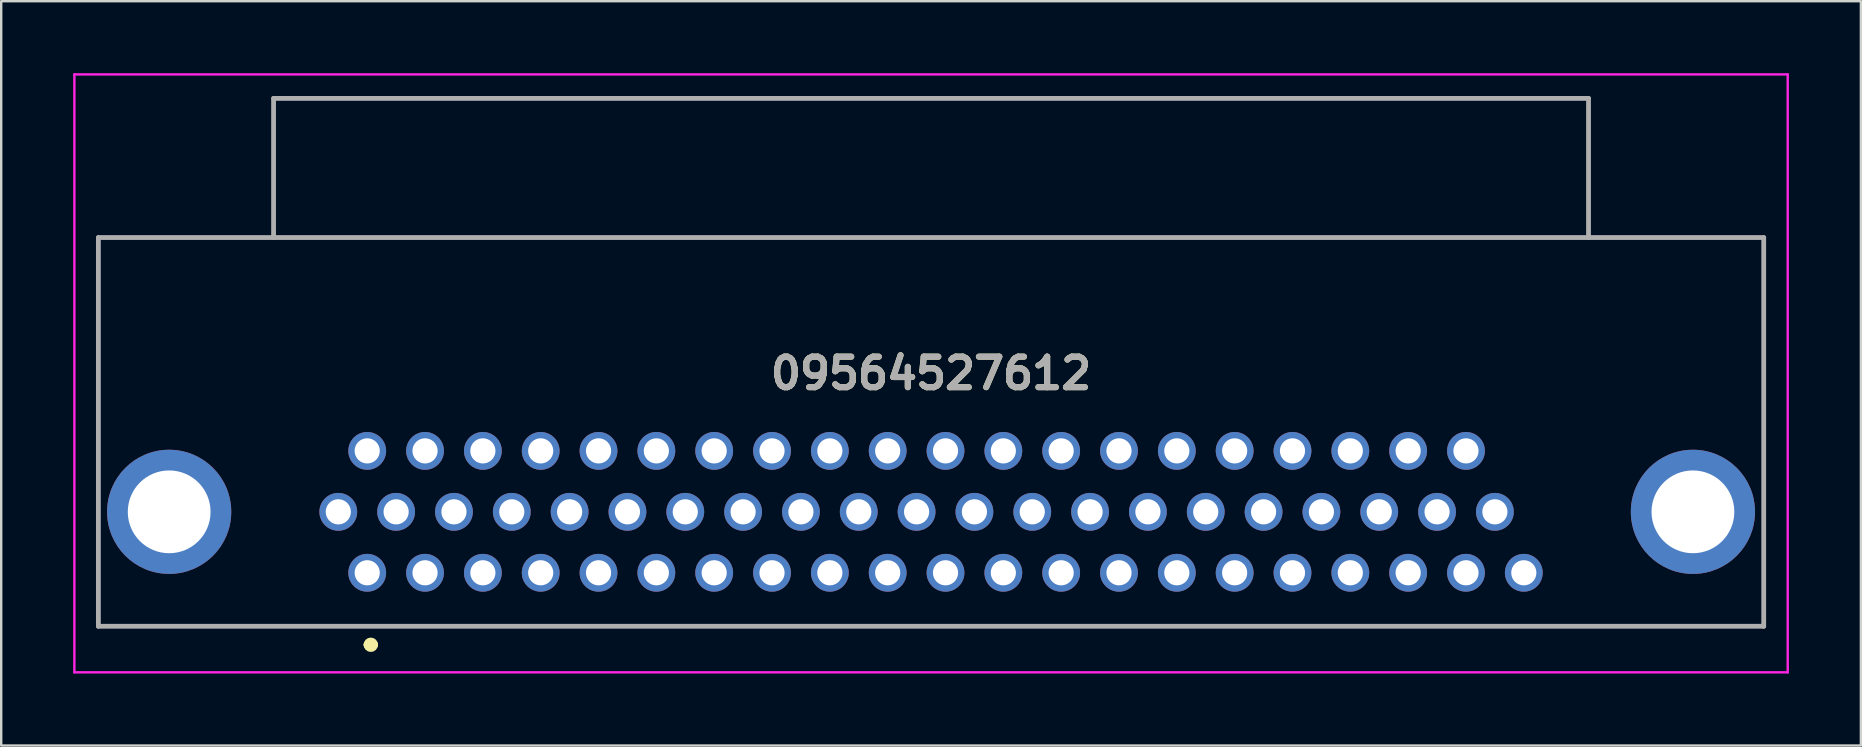
<source format=kicad_pcb>
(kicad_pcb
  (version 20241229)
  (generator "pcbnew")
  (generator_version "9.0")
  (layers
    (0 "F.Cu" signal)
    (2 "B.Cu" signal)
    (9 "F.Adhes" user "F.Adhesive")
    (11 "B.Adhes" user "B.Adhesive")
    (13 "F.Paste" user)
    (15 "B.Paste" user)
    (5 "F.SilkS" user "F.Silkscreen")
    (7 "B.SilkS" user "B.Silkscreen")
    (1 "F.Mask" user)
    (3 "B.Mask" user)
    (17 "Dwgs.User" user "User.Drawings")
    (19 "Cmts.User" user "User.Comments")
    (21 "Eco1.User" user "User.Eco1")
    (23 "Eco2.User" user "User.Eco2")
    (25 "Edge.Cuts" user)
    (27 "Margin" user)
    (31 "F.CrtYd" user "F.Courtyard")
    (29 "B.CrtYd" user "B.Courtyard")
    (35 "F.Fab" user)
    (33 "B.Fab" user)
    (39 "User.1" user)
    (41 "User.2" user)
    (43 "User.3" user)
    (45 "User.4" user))
  (footprint "09564527612"
    (layer "F.Cu")
    (at 12.253 20.82)
    (property "Reference" "09564527612" (at 23.497 -8.31 0) (layer "F.SilkS") (effects (font (size 1.27 1.27) (thickness 0.254))))
    (attr through_hole)
    (fp_line (start -11.203 -13.97) (end 58.198 -13.97) (stroke (width 0.1) (type solid)) (layer "F.SilkS"))
    (fp_line (start -11.203 2.23) (end -11.203 -13.97) (stroke (width 0.1) (type solid)) (layer "F.SilkS"))
    (fp_line (start -3.902 -19.77) (end 50.897 -19.77) (stroke (width 0.1) (type solid)) (layer "F.SilkS"))
    (fp_line (start -3.902 -13.97) (end -3.902 -19.77) (stroke (width 0.1) (type solid)) (layer "F.SilkS"))
    (fp_line (start 0 3) (end 0 3) (stroke (width 0.3) (type solid)) (layer "F.SilkS"))
    (fp_line (start 0.3 3) (end 0.3 3) (stroke (width 0.3) (type solid)) (layer "F.SilkS"))
    (fp_line (start 50.897 -19.77) (end 50.897 -13.97) (stroke (width 0.1) (type solid)) (layer "F.SilkS"))
    (fp_line (start 58.198 -13.97) (end 58.198 2.23) (stroke (width 0.1) (type solid)) (layer "F.SilkS"))
    (fp_line (start 58.198 2.23) (end -11.203 2.23) (stroke (width 0.1) (type solid)) (layer "F.SilkS"))
    (fp_arc (start 0 3) (mid 0.15 2.85) (end 0.3 3) (stroke (width 0.3) (type solid)) (layer "F.SilkS"))
    (fp_arc (start 0.3 3) (mid 0.15 3.15) (end 0 3) (stroke (width 0.3) (type solid)) (layer "F.SilkS"))
    (fp_line (start -12.203 -20.77) (end 59.198 -20.77) (stroke (width 0.1) (type solid)) (layer "F.CrtYd"))
    (fp_line (start -12.203 4.15) (end -12.203 -20.77) (stroke (width 0.1) (type solid)) (layer "F.CrtYd"))
    (fp_line (start 59.198 -20.77) (end 59.198 4.15) (stroke (width 0.1) (type solid)) (layer "F.CrtYd"))
    (fp_line (start 59.198 4.15) (end -12.203 4.15) (stroke (width 0.1) (type solid)) (layer "F.CrtYd"))
    (fp_line (start -11.203 -13.97) (end 58.198 -13.97) (stroke (width 0.2) (type solid)) (layer "F.Fab"))
    (fp_line (start -11.203 2.23) (end -11.203 -13.97) (stroke (width 0.2) (type solid)) (layer "F.Fab"))
    (fp_line (start -3.902 -19.77) (end 50.897 -19.77) (stroke (width 0.2) (type solid)) (layer "F.Fab"))
    (fp_line (start -3.902 -13.97) (end -3.902 -19.77) (stroke (width 0.2) (type solid)) (layer "F.Fab"))
    (fp_line (start 50.897 -19.77) (end 50.897 -13.97) (stroke (width 0.2) (type solid)) (layer "F.Fab"))
    (fp_line (start 58.198 -13.97) (end 58.198 2.23) (stroke (width 0.2) (type solid)) (layer "F.Fab"))
    (fp_line (start 58.198 2.23) (end -11.203 2.23) (stroke (width 0.2) (type solid)) (layer "F.Fab"))
    (fp_text user "${REFERENCE}" (at 23.497 -8.31 0) (layer "F.Fab") (effects (font (size 1.27 1.27) (thickness 0.254))))
    (pad "1" thru_hole circle (at 0 0) (size 1.575 1.575) (drill 1.05) (layers "*.Cu" "*.Mask"))
    (pad "2" thru_hole circle (at 2.41 0) (size 1.575 1.575) (drill 1.05) (layers "*.Cu" "*.Mask"))
    (pad "3" thru_hole circle (at 4.82 0) (size 1.575 1.575) (drill 1.05) (layers "*.Cu" "*.Mask"))
    (pad "4" thru_hole circle (at 7.23 0) (size 1.575 1.575) (drill 1.05) (layers "*.Cu" "*.Mask"))
    (pad "5" thru_hole circle (at 9.64 0) (size 1.575 1.575) (drill 1.05) (layers "*.Cu" "*.Mask"))
    (pad "6" thru_hole circle (at 12.05 0) (size 1.575 1.575) (drill 1.05) (layers "*.Cu" "*.Mask"))
    (pad "7" thru_hole circle (at 14.46 0) (size 1.575 1.575) (drill 1.05) (layers "*.Cu" "*.Mask"))
    (pad "8" thru_hole circle (at 16.87 0) (size 1.575 1.575) (drill 1.05) (layers "*.Cu" "*.Mask"))
    (pad "9" thru_hole circle (at 19.28 0) (size 1.575 1.575) (drill 1.05) (layers "*.Cu" "*.Mask"))
    (pad "10" thru_hole circle (at 21.69 0) (size 1.575 1.575) (drill 1.05) (layers "*.Cu" "*.Mask"))
    (pad "11" thru_hole circle (at 24.1 0) (size 1.575 1.575) (drill 1.05) (layers "*.Cu" "*.Mask"))
    (pad "12" thru_hole circle (at 26.51 0) (size 1.575 1.575) (drill 1.05) (layers "*.Cu" "*.Mask"))
    (pad "13" thru_hole circle (at 28.92 0) (size 1.575 1.575) (drill 1.05) (layers "*.Cu" "*.Mask"))
    (pad "14" thru_hole circle (at 31.33 0) (size 1.575 1.575) (drill 1.05) (layers "*.Cu" "*.Mask"))
    (pad "15" thru_hole circle (at 33.74 0) (size 1.575 1.575) (drill 1.05) (layers "*.Cu" "*.Mask"))
    (pad "16" thru_hole circle (at 36.15 0) (size 1.575 1.575) (drill 1.05) (layers "*.Cu" "*.Mask"))
    (pad "17" thru_hole circle (at 38.56 0) (size 1.575 1.575) (drill 1.05) (layers "*.Cu" "*.Mask"))
    (pad "18" thru_hole circle (at 40.97 0) (size 1.575 1.575) (drill 1.05) (layers "*.Cu" "*.Mask"))
    (pad "19" thru_hole circle (at 43.38 0) (size 1.575 1.575) (drill 1.05) (layers "*.Cu" "*.Mask"))
    (pad "20" thru_hole circle (at 45.79 0) (size 1.575 1.575) (drill 1.05) (layers "*.Cu" "*.Mask"))
    (pad "21" thru_hole circle (at 48.2 0) (size 1.575 1.575) (drill 1.05) (layers "*.Cu" "*.Mask"))
    (pad "22" thru_hole circle (at -1.205 -2.54) (size 1.575 1.575) (drill 1.05) (layers "*.Cu" "*.Mask"))
    (pad "23" thru_hole circle (at 1.205 -2.54) (size 1.575 1.575) (drill 1.05) (layers "*.Cu" "*.Mask"))
    (pad "24" thru_hole circle (at 3.615 -2.54) (size 1.575 1.575) (drill 1.05) (layers "*.Cu" "*.Mask"))
    (pad "25" thru_hole circle (at 6.025 -2.54) (size 1.575 1.575) (drill 1.05) (layers "*.Cu" "*.Mask"))
    (pad "26" thru_hole circle (at 8.435 -2.54) (size 1.575 1.575) (drill 1.05) (layers "*.Cu" "*.Mask"))
    (pad "27" thru_hole circle (at 10.845 -2.54) (size 1.575 1.575) (drill 1.05) (layers "*.Cu" "*.Mask"))
    (pad "28" thru_hole circle (at 13.255 -2.54) (size 1.575 1.575) (drill 1.05) (layers "*.Cu" "*.Mask"))
    (pad "29" thru_hole circle (at 15.665 -2.54) (size 1.575 1.575) (drill 1.05) (layers "*.Cu" "*.Mask"))
    (pad "30" thru_hole circle (at 18.075 -2.54) (size 1.575 1.575) (drill 1.05) (layers "*.Cu" "*.Mask"))
    (pad "31" thru_hole circle (at 20.485 -2.54) (size 1.575 1.575) (drill 1.05) (layers "*.Cu" "*.Mask"))
    (pad "32" thru_hole circle (at 22.895 -2.54) (size 1.575 1.575) (drill 1.05) (layers "*.Cu" "*.Mask"))
    (pad "33" thru_hole circle (at 25.305 -2.54) (size 1.575 1.575) (drill 1.05) (layers "*.Cu" "*.Mask"))
    (pad "34" thru_hole circle (at 27.715 -2.54) (size 1.575 1.575) (drill 1.05) (layers "*.Cu" "*.Mask"))
    (pad "35" thru_hole circle (at 30.125 -2.54) (size 1.575 1.575) (drill 1.05) (layers "*.Cu" "*.Mask"))
    (pad "36" thru_hole circle (at 32.535 -2.54) (size 1.575 1.575) (drill 1.05) (layers "*.Cu" "*.Mask"))
    (pad "37" thru_hole circle (at 34.945 -2.54) (size 1.575 1.575) (drill 1.05) (layers "*.Cu" "*.Mask"))
    (pad "38" thru_hole circle (at 37.355 -2.54) (size 1.575 1.575) (drill 1.05) (layers "*.Cu" "*.Mask"))
    (pad "39" thru_hole circle (at 39.765 -2.54) (size 1.575 1.575) (drill 1.05) (layers "*.Cu" "*.Mask"))
    (pad "40" thru_hole circle (at 42.175 -2.54) (size 1.575 1.575) (drill 1.05) (layers "*.Cu" "*.Mask"))
    (pad "41" thru_hole circle (at 44.585 -2.54) (size 1.575 1.575) (drill 1.05) (layers "*.Cu" "*.Mask"))
    (pad "42" thru_hole circle (at 46.995 -2.54) (size 1.575 1.575) (drill 1.05) (layers "*.Cu" "*.Mask"))
    (pad "43" thru_hole circle (at 0 -5.08) (size 1.575 1.575) (drill 1.05) (layers "*.Cu" "*.Mask"))
    (pad "44" thru_hole circle (at 2.41 -5.08) (size 1.575 1.575) (drill 1.05) (layers "*.Cu" "*.Mask"))
    (pad "45" thru_hole circle (at 4.82 -5.08) (size 1.575 1.575) (drill 1.05) (layers "*.Cu" "*.Mask"))
    (pad "46" thru_hole circle (at 7.23 -5.08) (size 1.575 1.575) (drill 1.05) (layers "*.Cu" "*.Mask"))
    (pad "47" thru_hole circle (at 9.64 -5.08) (size 1.575 1.575) (drill 1.05) (layers "*.Cu" "*.Mask"))
    (pad "48" thru_hole circle (at 12.05 -5.08) (size 1.575 1.575) (drill 1.05) (layers "*.Cu" "*.Mask"))
    (pad "49" thru_hole circle (at 14.46 -5.08) (size 1.575 1.575) (drill 1.05) (layers "*.Cu" "*.Mask"))
    (pad "50" thru_hole circle (at 16.87 -5.08) (size 1.575 1.575) (drill 1.05) (layers "*.Cu" "*.Mask"))
    (pad "51" thru_hole circle (at 19.28 -5.08) (size 1.575 1.575) (drill 1.05) (layers "*.Cu" "*.Mask"))
    (pad "52" thru_hole circle (at 21.69 -5.08) (size 1.575 1.575) (drill 1.05) (layers "*.Cu" "*.Mask"))
    (pad "53" thru_hole circle (at 24.1 -5.08) (size 1.575 1.575) (drill 1.05) (layers "*.Cu" "*.Mask"))
    (pad "54" thru_hole circle (at 26.51 -5.08) (size 1.575 1.575) (drill 1.05) (layers "*.Cu" "*.Mask"))
    (pad "55" thru_hole circle (at 28.92 -5.08) (size 1.575 1.575) (drill 1.05) (layers "*.Cu" "*.Mask"))
    (pad "56" thru_hole circle (at 31.33 -5.08) (size 1.575 1.575) (drill 1.05) (layers "*.Cu" "*.Mask"))
    (pad "57" thru_hole circle (at 33.74 -5.08) (size 1.575 1.575) (drill 1.05) (layers "*.Cu" "*.Mask"))
    (pad "58" thru_hole circle (at 36.15 -5.08) (size 1.575 1.575) (drill 1.05) (layers "*.Cu" "*.Mask"))
    (pad "59" thru_hole circle (at 38.56 -5.08) (size 1.575 1.575) (drill 1.05) (layers "*.Cu" "*.Mask"))
    (pad "60" thru_hole circle (at 40.97 -5.08) (size 1.575 1.575) (drill 1.05) (layers "*.Cu" "*.Mask"))
    (pad "61" thru_hole circle (at 43.38 -5.08) (size 1.575 1.575) (drill 1.05) (layers "*.Cu" "*.Mask"))
    (pad "62" thru_hole circle (at 45.79 -5.08) (size 1.575 1.575) (drill 1.05) (layers "*.Cu" "*.Mask"))
    (pad "MH1" thru_hole circle (at -8.253 -2.54) (size 5.175 5.175) (drill 3.45) (layers "*.Cu" "*.Mask"))
    (pad "MH2" thru_hole circle (at 55.248 -2.54) (size 5.175 5.175) (drill 3.45) (layers "*.Cu" "*.Mask")))
  (gr_rect
    (start -3 -3)
    (end 74.501 28.02)
    (stroke (width 0.1) (type default))
    (fill no)
    (layer "Edge.Cuts")))
</source>
